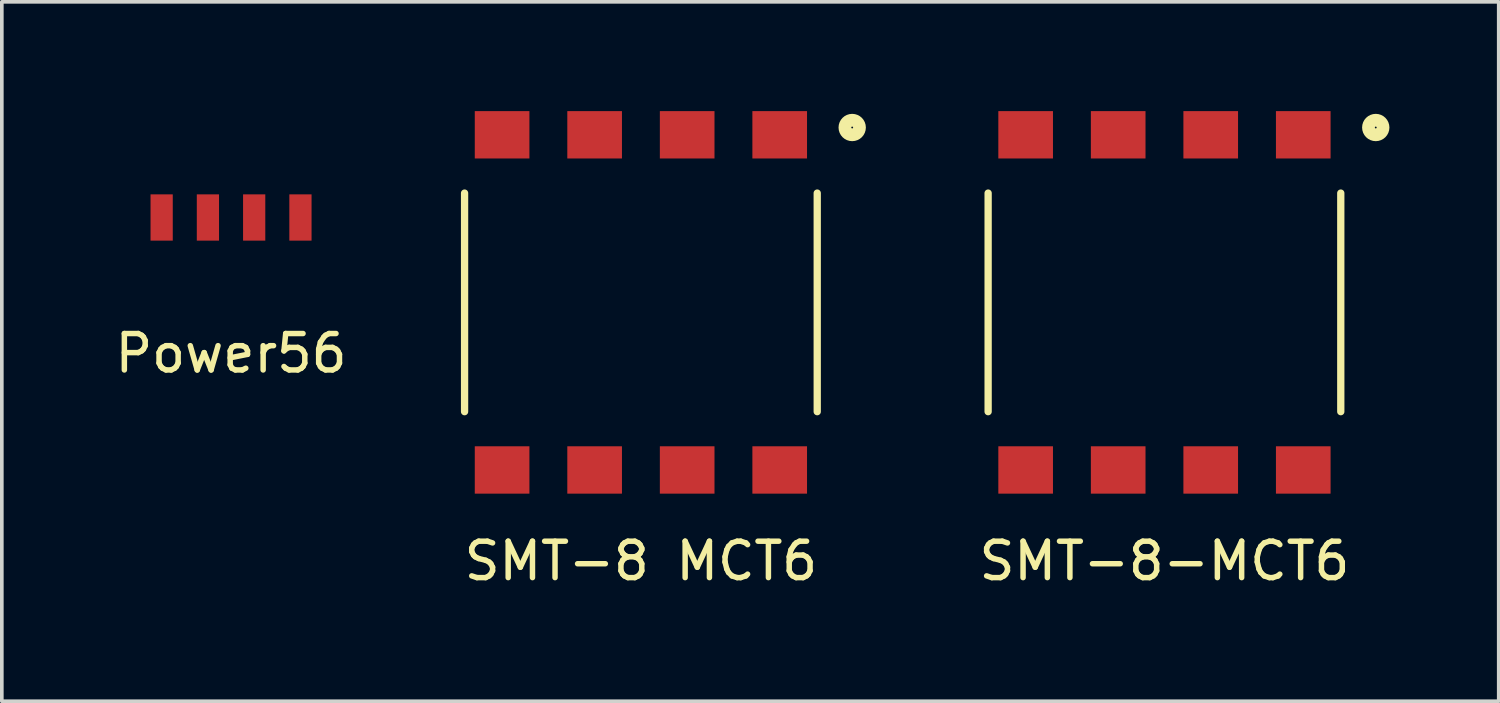
<source format=kicad_pcb>
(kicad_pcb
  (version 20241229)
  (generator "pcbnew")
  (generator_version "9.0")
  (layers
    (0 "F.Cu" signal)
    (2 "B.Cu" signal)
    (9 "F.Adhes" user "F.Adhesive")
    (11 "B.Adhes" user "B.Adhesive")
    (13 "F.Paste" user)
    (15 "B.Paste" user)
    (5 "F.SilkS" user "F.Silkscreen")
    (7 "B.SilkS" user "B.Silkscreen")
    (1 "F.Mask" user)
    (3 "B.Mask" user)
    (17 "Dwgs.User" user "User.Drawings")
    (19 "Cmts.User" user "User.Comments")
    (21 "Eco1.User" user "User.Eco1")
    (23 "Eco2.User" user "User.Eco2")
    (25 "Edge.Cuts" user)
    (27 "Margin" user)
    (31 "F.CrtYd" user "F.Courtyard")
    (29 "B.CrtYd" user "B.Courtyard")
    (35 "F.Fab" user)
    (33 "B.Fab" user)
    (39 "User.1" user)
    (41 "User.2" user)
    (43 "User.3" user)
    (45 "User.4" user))
  (footprint "Power56"
    (layer "F.Cu")
    (at 3.292 0.25)
    (property "Reference" "Power56" (at 0 6.4 0) (layer "F.SilkS") (effects (font (size 1 1) (thickness 0.15))))
    (attr through_hole)
    (pad "1" smd rect (at -1.905 2.67) (size 0.61 1.27) (layers "F.Cu" "F.Mask" "F.Paste"))
    (pad "2" smd rect (at -0.635 2.67) (size 0.61 1.27) (layers "F.Cu" "F.Mask" "F.Paste"))
    (pad "3" smd rect (at 0.635 2.67) (size 0.61 1.27) (layers "F.Cu" "F.Mask" "F.Paste"))
    (pad "4" smd rect (at 1.905 2.67) (size 0.61 1.27) (layers "F.Cu" "F.Mask" "F.Paste")))
  (footprint "SMT-8-MCT6"
    (layer "F.Cu")
    (at 28.913 5.25)
    (property "Reference" "SMT-8-MCT6" (at 0 7.1 0) (layer "F.SilkS") (effects (font (size 1 1) (thickness 0.15))))
    (attr through_hole)
    (fp_line (start -4.84 -3) (end -4.84 3) (stroke (width 0.2) (type solid)) (layer "F.SilkS"))
    (fp_line (start 4.84 -3) (end 4.84 3) (stroke (width 0.2) (type solid)) (layer "F.SilkS"))
    (fp_circle (center 5.8 -4.8) (end 6 -4.8) (stroke (width 0.35) (type solid)) (fill no) (layer "F.SilkS"))
    (pad "1" smd rect (at 3.81 -4.6) (size 1.5 1.3) (layers "F.Cu" "F.Mask" "F.Paste"))
    (pad "2" smd rect (at 1.27 -4.6) (size 1.5 1.3) (layers "F.Cu" "F.Mask" "F.Paste"))
    (pad "3" smd rect (at -1.27 -4.6) (size 1.5 1.3) (layers "F.Cu" "F.Mask" "F.Paste"))
    (pad "4" smd rect (at -3.81 -4.6) (size 1.5 1.3) (layers "F.Cu" "F.Mask" "F.Paste"))
    (pad "5" smd rect (at -3.81 4.6) (size 1.5 1.3) (layers "F.Cu" "F.Mask" "F.Paste"))
    (pad "6" smd rect (at -1.27 4.6) (size 1.5 1.3) (layers "F.Cu" "F.Mask" "F.Paste"))
    (pad "7" smd rect (at 1.27 4.6) (size 1.5 1.3) (layers "F.Cu" "F.Mask" "F.Paste"))
    (pad "8" smd rect (at 3.81 4.6) (size 1.5 1.3) (layers "F.Cu" "F.Mask" "F.Paste")))
  (footprint "SMT-8 MCT6"
    (layer "F.Cu")
    (at 14.542 5.25)
    (property "Reference" "SMT-8 MCT6" (at 0 7.1 0) (layer "F.SilkS") (effects (font (size 1 1) (thickness 0.15))))
    (attr through_hole)
    (fp_line (start -4.84 -3) (end -4.84 3) (stroke (width 0.2) (type solid)) (layer "F.SilkS"))
    (fp_line (start 4.84 -3) (end 4.84 3) (stroke (width 0.2) (type solid)) (layer "F.SilkS"))
    (fp_circle (center 5.8 -4.8) (end 6 -4.8) (stroke (width 0.35) (type solid)) (fill no) (layer "F.SilkS"))
    (pad "1" smd rect (at 3.81 -4.6) (size 1.5 1.3) (layers "F.Cu" "F.Mask" "F.Paste"))
    (pad "2" smd rect (at 1.27 -4.6) (size 1.5 1.3) (layers "F.Cu" "F.Mask" "F.Paste"))
    (pad "3" smd rect (at -1.27 -4.6) (size 1.5 1.3) (layers "F.Cu" "F.Mask" "F.Paste"))
    (pad "4" smd rect (at -3.81 -4.6) (size 1.5 1.3) (layers "F.Cu" "F.Mask" "F.Paste"))
    (pad "5" smd rect (at -3.81 4.6) (size 1.5 1.3) (layers "F.Cu" "F.Mask" "F.Paste"))
    (pad "6" smd rect (at -1.27 4.6) (size 1.5 1.3) (layers "F.Cu" "F.Mask" "F.Paste"))
    (pad "7" smd rect (at 1.27 4.6) (size 1.5 1.3) (layers "F.Cu" "F.Mask" "F.Paste"))
    (pad "8" smd rect (at 3.81 4.6) (size 1.5 1.3) (layers "F.Cu" "F.Mask" "F.Paste")))
  (gr_rect
    (start -3 -3)
    (end 38.088 16.198)
    (stroke (width 0.1) (type default))
    (fill no)
    (layer "Edge.Cuts")))
</source>
